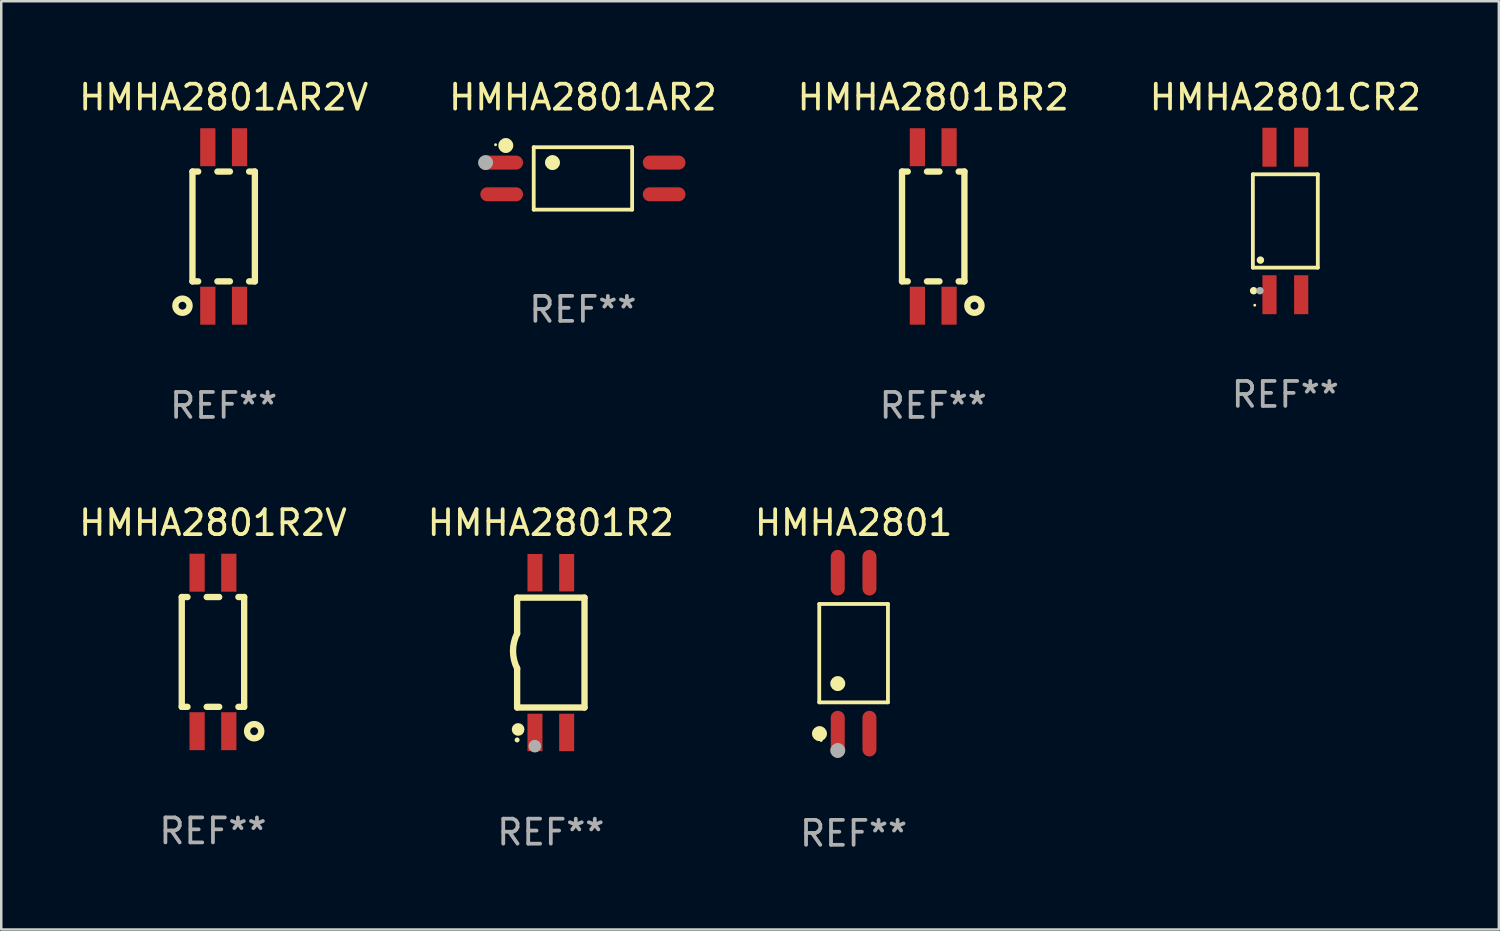
<source format=kicad_pcb>
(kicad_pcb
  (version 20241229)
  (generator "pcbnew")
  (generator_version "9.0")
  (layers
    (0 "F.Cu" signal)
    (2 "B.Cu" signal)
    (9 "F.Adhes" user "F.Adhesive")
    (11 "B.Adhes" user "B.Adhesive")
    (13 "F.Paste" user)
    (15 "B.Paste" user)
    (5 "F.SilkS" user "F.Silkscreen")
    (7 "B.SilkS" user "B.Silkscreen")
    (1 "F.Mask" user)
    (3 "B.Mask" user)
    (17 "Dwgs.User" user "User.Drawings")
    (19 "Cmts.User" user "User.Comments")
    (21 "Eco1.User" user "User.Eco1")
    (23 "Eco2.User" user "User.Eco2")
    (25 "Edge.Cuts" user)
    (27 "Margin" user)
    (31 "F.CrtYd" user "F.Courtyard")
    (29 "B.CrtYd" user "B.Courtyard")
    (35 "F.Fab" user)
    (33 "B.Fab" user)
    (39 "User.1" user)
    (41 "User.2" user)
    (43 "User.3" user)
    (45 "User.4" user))
  (footprint "HMHA2801AR2"
    (layer "F.Cu")
    (at 20.304 4.099)
    (property "Reference" "HMHA2801AR2" (at 0 -3.251 0) (layer "F.SilkS") (effects (font (size 1 1) (thickness 0.15))))
    (attr through_hole)
    (fp_line (start -1.971 -1.251) (end 1.972 -1.251) (stroke (width 0.152) (type solid)) (layer "F.SilkS"))
    (fp_line (start -1.971 1.251) (end -1.971 -1.251) (stroke (width 0.152) (type solid)) (layer "F.SilkS"))
    (fp_line (start 1.972 -1.251) (end 1.972 1.251) (stroke (width 0.152) (type solid)) (layer "F.SilkS"))
    (fp_line (start 1.972 1.251) (end -1.971 1.251) (stroke (width 0.152) (type solid)) (layer "F.SilkS"))
    (fp_circle (center -3.5 -1.35) (end -3.47 -1.35) (stroke (width 0.06) (type solid)) (fill no) (layer "F.SilkS"))
    (fp_circle (center -3.09 -1.319) (end -2.94 -1.319) (stroke (width 0.3) (type solid)) (fill no) (layer "F.SilkS"))
    (fp_circle (center -1.219 -0.635) (end -1.069 -0.635) (stroke (width 0.3) (type solid)) (fill no) (layer "F.SilkS"))
    (fp_circle (center -3.9 -0.635) (end -3.75 -0.635) (stroke (width 0.3) (type solid)) (fill no) (layer "F.Fab"))
    (fp_text user "REF**" (at 0 5.251 0) (layer "F.Fab") (effects (font (size 1 1) (thickness 0.15))))
    (pad "1" smd oval (at -3.255 -0.635 270) (size 0.56 1.71) (layers "F.Cu" "F.Mask" "F.Paste"))
    (pad "2" smd oval (at -3.255 0.635 270) (size 0.56 1.71) (layers "F.Cu" "F.Mask" "F.Paste"))
    (pad "3" smd oval (at 3.255 0.635 270) (size 0.56 1.71) (layers "F.Cu" "F.Mask" "F.Paste"))
    (pad "4" smd oval (at 3.255 -0.635 270) (size 0.56 1.71) (layers "F.Cu" "F.Mask" "F.Paste")))
  (footprint "HMHA2801CR2"
    (layer "F.Cu")
    (at 48.446 5.803)
    (property "Reference" "HMHA2801CR2" (at 0 -4.955 0) (layer "F.SilkS") (effects (font (size 1 1) (thickness 0.15))))
    (attr through_hole)
    (fp_line (start -1.301 -1.87) (end 1.301 -1.87) (stroke (width 0.152) (type solid)) (layer "F.SilkS"))
    (fp_line (start -1.301 1.87) (end -1.301 -1.87) (stroke (width 0.152) (type solid)) (layer "F.SilkS"))
    (fp_line (start 1.301 -1.87) (end 1.301 1.87) (stroke (width 0.152) (type solid)) (layer "F.SilkS"))
    (fp_line (start 1.301 1.87) (end -1.301 1.87) (stroke (width 0.152) (type solid)) (layer "F.SilkS"))
    (fp_circle (center -1.27 2.794) (end -1.195 2.794) (stroke (width 0.15) (type solid)) (fill no) (layer "F.SilkS"))
    (fp_circle (center -1.225 3.375) (end -1.195 3.375) (stroke (width 0.06) (type solid)) (fill no) (layer "F.SilkS"))
    (fp_circle (center -0.999 1.568) (end -0.924 1.568) (stroke (width 0.15) (type solid)) (fill no) (layer "F.SilkS"))
    (fp_circle (center -1.016 2.794) (end -0.941 2.794) (stroke (width 0.15) (type solid)) (fill no) (layer "F.Fab"))
    (fp_text user "REF**" (at 0 6.955 0) (layer "F.Fab") (effects (font (size 1 1) (thickness 0.15))))
    (pad "1" smd rect (at -0.635 2.955) (size 0.568 1.56) (layers "F.Cu" "F.Mask" "F.Paste"))
    (pad "2" smd rect (at 0.635 2.955) (size 0.568 1.56) (layers "F.Cu" "F.Mask" "F.Paste"))
    (pad "3" smd rect (at 0.635 -2.955) (size 0.568 1.56) (layers "F.Cu" "F.Mask" "F.Paste"))
    (pad "4" smd rect (at -0.635 -2.955) (size 0.568 1.56) (layers "F.Cu" "F.Mask" "F.Paste")))
  (footprint "HMHA2801AR2V"
    (layer "F.Cu")
    (at 5.911 6.023)
    (property "Reference" "HMHA2801AR2V" (at 0 -5.175 0) (layer "F.SilkS") (effects (font (size 1 1) (thickness 0.15))))
    (attr through_hole)
    (fp_line (start -1.25 2.2) (end -1.25 -2.2) (stroke (width 0.254) (type solid)) (layer "F.SilkS"))
    (fp_line (start -1.02 -2.2) (end -1.25 -2.2) (stroke (width 0.254) (type solid)) (layer "F.SilkS"))
    (fp_line (start -1.02 2.2) (end -1.25 2.2) (stroke (width 0.254) (type solid)) (layer "F.SilkS"))
    (fp_line (start 0.25 -2.2) (end -0.25 -2.2) (stroke (width 0.254) (type solid)) (layer "F.SilkS"))
    (fp_line (start 0.25 2.2) (end -0.25 2.2) (stroke (width 0.254) (type solid)) (layer "F.SilkS"))
    (fp_line (start 1.25 -2.2) (end 1.02 -2.2) (stroke (width 0.254) (type solid)) (layer "F.SilkS"))
    (fp_line (start 1.25 -2.2) (end 1.25 2.2) (stroke (width 0.254) (type solid)) (layer "F.SilkS"))
    (fp_line (start 1.25 2.2) (end 1.02 2.2) (stroke (width 0.254) (type solid)) (layer "F.SilkS"))
    (fp_circle (center -1.651 3.175) (end -1.367 3.175) (stroke (width 0.254) (type solid)) (fill no) (layer "F.SilkS"))
    (fp_text user "REF**" (at 0 7.175 0) (layer "F.Fab") (effects (font (size 1 1) (thickness 0.15))))
    (pad "1" smd rect (at -0.635 3.175) (size 0.61 1.52) (layers "F.Cu" "F.Mask" "F.Paste"))
    (pad "2" smd rect (at 0.635 3.175) (size 0.61 1.52) (layers "F.Cu" "F.Mask" "F.Paste"))
    (pad "3" smd rect (at 0.635 -3.175) (size 0.61 1.52) (layers "F.Cu" "F.Mask" "F.Paste"))
    (pad "4" smd rect (at -0.635 -3.175) (size 0.61 1.52) (layers "F.Cu" "F.Mask" "F.Paste")))
  (footprint "HMHA2801R2V"
    (layer "F.Cu")
    (at 5.482 23.07)
    (property "Reference" "HMHA2801R2V" (at 0 -5.175 0) (layer "F.SilkS") (effects (font (size 1 1) (thickness 0.15))))
    (attr through_hole)
    (fp_line (start -1.25 -2.2) (end -1.25 2.2) (stroke (width 0.254) (type solid)) (layer "F.SilkS"))
    (fp_line (start -1.25 -2.2) (end -1.02 -2.2) (stroke (width 0.254) (type solid)) (layer "F.SilkS"))
    (fp_line (start -1.25 2.2) (end -1.02 2.2) (stroke (width 0.254) (type solid)) (layer "F.SilkS"))
    (fp_line (start -0.25 -2.2) (end 0.25 -2.2) (stroke (width 0.254) (type solid)) (layer "F.SilkS"))
    (fp_line (start -0.25 2.2) (end 0.25 2.2) (stroke (width 0.254) (type solid)) (layer "F.SilkS"))
    (fp_line (start 1.02 2.2) (end 1.25 2.2) (stroke (width 0.254) (type solid)) (layer "F.SilkS"))
    (fp_line (start 1.02 -2.2) (end 1.25 -2.2) (stroke (width 0.254) (type solid)) (layer "F.SilkS"))
    (fp_line (start 1.25 2.2) (end 1.25 -2.2) (stroke (width 0.254) (type solid)) (layer "F.SilkS"))
    (fp_circle (center 1.651 3.175) (end 1.935 3.175) (stroke (width 0.254) (type solid)) (fill no) (layer "F.SilkS"))
    (fp_text user "REF**" (at 0 7.175 0) (layer "F.Fab") (effects (font (size 1 1) (thickness 0.15))))
    (pad "1" smd rect (at 0.635 3.175 180) (size 0.61 1.52) (layers "F.Cu" "F.Mask" "F.Paste"))
    (pad "2" smd rect (at -0.635 3.175 180) (size 0.61 1.52) (layers "F.Cu" "F.Mask" "F.Paste"))
    (pad "3" smd rect (at -0.635 -3.175 180) (size 0.61 1.52) (layers "F.Cu" "F.Mask" "F.Paste"))
    (pad "4" smd rect (at 0.635 -3.175 180) (size 0.61 1.52) (layers "F.Cu" "F.Mask" "F.Paste")))
  (footprint "HMHA2801"
    (layer "F.Cu")
    (at 31.149 23.118)
    (property "Reference" "HMHA2801" (at 0 -5.224 0) (layer "F.SilkS") (effects (font (size 1 1) (thickness 0.15))))
    (attr through_hole)
    (fp_line (start -1.376 -1.971) (end 1.376 -1.971) (stroke (width 0.152) (type solid)) (layer "F.SilkS"))
    (fp_line (start -1.376 1.971) (end -1.376 -1.971) (stroke (width 0.152) (type solid)) (layer "F.SilkS"))
    (fp_line (start 1.376 -1.971) (end 1.376 1.971) (stroke (width 0.152) (type solid)) (layer "F.SilkS"))
    (fp_line (start 1.376 1.971) (end -1.376 1.971) (stroke (width 0.152) (type solid)) (layer "F.SilkS"))
    (fp_circle (center -1.367 3.224) (end -1.217 3.224) (stroke (width 0.3) (type solid)) (fill no) (layer "F.SilkS"))
    (fp_circle (center -1.3 3.5) (end -1.27 3.5) (stroke (width 0.06) (type solid)) (fill no) (layer "F.SilkS"))
    (fp_circle (center -0.635 1.219) (end -0.485 1.219) (stroke (width 0.3) (type solid)) (fill no) (layer "F.SilkS"))
    (fp_circle (center -0.635 3.9) (end -0.485 3.9) (stroke (width 0.3) (type solid)) (fill no) (layer "F.Fab"))
    (fp_text user "REF**" (at 0 7.224 0) (layer "F.Fab") (effects (font (size 1 1) (thickness 0.15))))
    (pad "1" smd oval (at -0.635 3.224) (size 0.56 1.827) (layers "F.Cu" "F.Mask" "F.Paste"))
    (pad "2" smd oval (at 0.635 3.224) (size 0.56 1.827) (layers "F.Cu" "F.Mask" "F.Paste"))
    (pad "3" smd oval (at 0.635 -3.224) (size 0.56 1.827) (layers "F.Cu" "F.Mask" "F.Paste"))
    (pad "4" smd oval (at -0.635 -3.224) (size 0.56 1.827) (layers "F.Cu" "F.Mask" "F.Paste")))
  (footprint "HMHA2801R2"
    (layer "F.Cu")
    (at 19.018 23.095)
    (property "Reference" "HMHA2801R2" (at 0 -5.2 0) (layer "F.SilkS") (effects (font (size 1 1) (thickness 0.15))))
    (attr through_hole)
    (fp_line (start -1.35 2.2) (end -1.35 0.635) (stroke (width 0.254) (type solid)) (layer "F.SilkS"))
    (fp_line (start -1.35 -2.2) (end -1.35 -0.762) (stroke (width 0.254) (type solid)) (layer "F.SilkS"))
    (fp_line (start -1.35 -2.2) (end 1.35 -2.2) (stroke (width 0.254) (type solid)) (layer "F.SilkS"))
    (fp_line (start 1.35 -2.2) (end 1.35 2.2) (stroke (width 0.254) (type solid)) (layer "F.SilkS"))
    (fp_line (start 1.35 2.2) (end -1.35 2.2) (stroke (width 0.254) (type solid)) (layer "F.SilkS"))
    (fp_arc (start -1.348731 0.635001) (mid -1.51405 -0.063354) (end -1.349975 -0.762002) (stroke (width 0.254001) (type solid)) (layer "F.SilkS"))
    (fp_circle (center -1.35 3.5) (end -1.3 3.5) (stroke (width 0.1) (type solid)) (fill no) (layer "F.SilkS"))
    (fp_circle (center -1.31 3.08) (end -1.183 3.08) (stroke (width 0.254) (type solid)) (fill no) (layer "F.SilkS"))
    (fp_circle (center -0.64 3.75) (end -0.513 3.75) (stroke (width 0.254) (type solid)) (fill no) (layer "F.Fab"))
    (fp_text user "REF**" (at 0 7.2 0) (layer "F.Fab") (effects (font (size 1 1) (thickness 0.15))))
    (pad "1" smd rect (at -0.635 3.2 180) (size 0.6 1.5) (layers "F.Cu" "F.Mask" "F.Paste"))
    (pad "2" smd rect (at 0.635 3.2 180) (size 0.6 1.5) (layers "F.Cu" "F.Mask" "F.Paste"))
    (pad "3" smd rect (at 0.635 -3.2 180) (size 0.6 1.5) (layers "F.Cu" "F.Mask" "F.Paste"))
    (pad "4" smd rect (at -0.635 -3.2 180) (size 0.6 1.5) (layers "F.Cu" "F.Mask" "F.Paste")))
  (footprint "HMHA2801BR2"
    (layer "F.Cu")
    (at 34.339 6.023)
    (property "Reference" "HMHA2801BR2" (at 0 -5.175 0) (layer "F.SilkS") (effects (font (size 1 1) (thickness 0.15))))
    (attr through_hole)
    (fp_line (start -1.25 -2.2) (end -1.25 2.2) (stroke (width 0.254) (type solid)) (layer "F.SilkS"))
    (fp_line (start -1.25 -2.2) (end -1.02 -2.2) (stroke (width 0.254) (type solid)) (layer "F.SilkS"))
    (fp_line (start -1.25 2.2) (end -1.02 2.2) (stroke (width 0.254) (type solid)) (layer "F.SilkS"))
    (fp_line (start -0.25 -2.2) (end 0.25 -2.2) (stroke (width 0.254) (type solid)) (layer "F.SilkS"))
    (fp_line (start -0.25 2.2) (end 0.25 2.2) (stroke (width 0.254) (type solid)) (layer "F.SilkS"))
    (fp_line (start 1.02 2.2) (end 1.25 2.2) (stroke (width 0.254) (type solid)) (layer "F.SilkS"))
    (fp_line (start 1.02 -2.2) (end 1.25 -2.2) (stroke (width 0.254) (type solid)) (layer "F.SilkS"))
    (fp_line (start 1.25 2.2) (end 1.25 -2.2) (stroke (width 0.254) (type solid)) (layer "F.SilkS"))
    (fp_circle (center 1.651 3.175) (end 1.935 3.175) (stroke (width 0.254) (type solid)) (fill no) (layer "F.SilkS"))
    (fp_text user "REF**" (at 0 7.175 0) (layer "F.Fab") (effects (font (size 1 1) (thickness 0.15))))
    (pad "1" smd rect (at 0.635 3.175 180) (size 0.61 1.52) (layers "F.Cu" "F.Mask" "F.Paste"))
    (pad "2" smd rect (at -0.635 3.175 180) (size 0.61 1.52) (layers "F.Cu" "F.Mask" "F.Paste"))
    (pad "3" smd rect (at -0.635 -3.175 180) (size 0.61 1.52) (layers "F.Cu" "F.Mask" "F.Paste"))
    (pad "4" smd rect (at 0.635 -3.175 180) (size 0.61 1.52) (layers "F.Cu" "F.Mask" "F.Paste")))
  (gr_rect
    (start -3 -3)
    (end 57 34.19)
    (stroke (width 0.1) (type default))
    (fill no)
    (layer "Edge.Cuts")))
</source>
